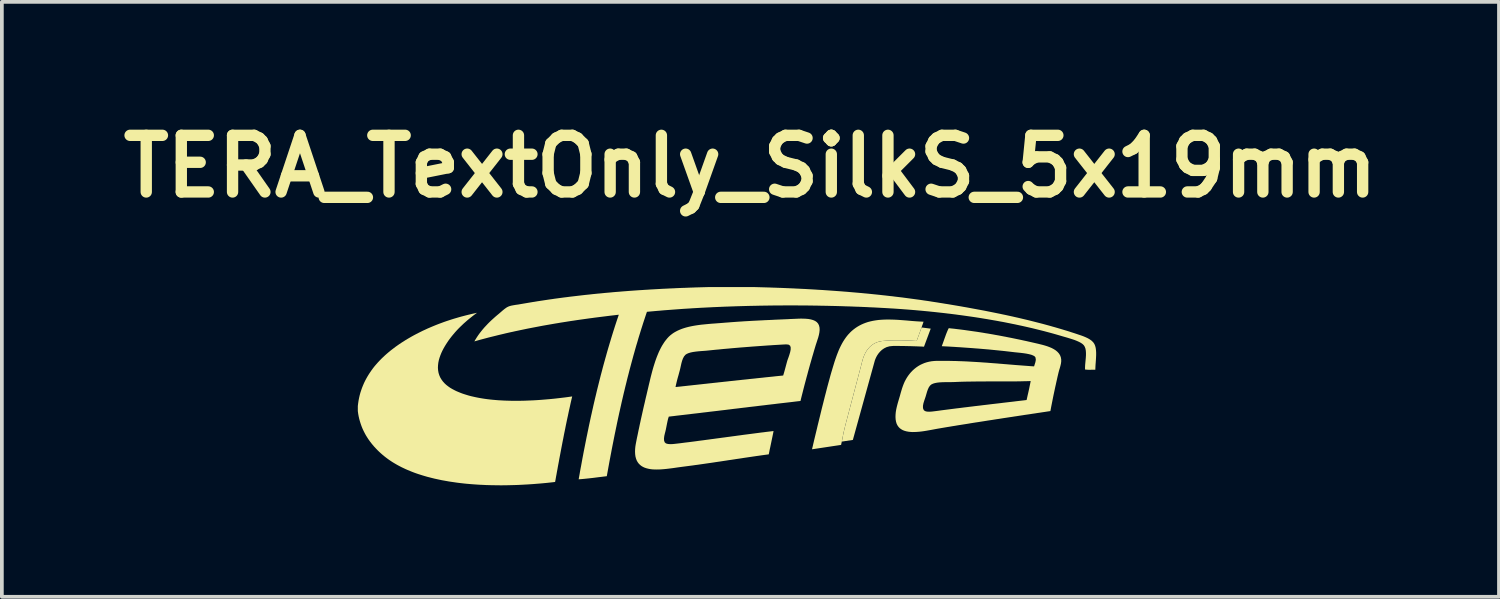
<source format=kicad_pcb>
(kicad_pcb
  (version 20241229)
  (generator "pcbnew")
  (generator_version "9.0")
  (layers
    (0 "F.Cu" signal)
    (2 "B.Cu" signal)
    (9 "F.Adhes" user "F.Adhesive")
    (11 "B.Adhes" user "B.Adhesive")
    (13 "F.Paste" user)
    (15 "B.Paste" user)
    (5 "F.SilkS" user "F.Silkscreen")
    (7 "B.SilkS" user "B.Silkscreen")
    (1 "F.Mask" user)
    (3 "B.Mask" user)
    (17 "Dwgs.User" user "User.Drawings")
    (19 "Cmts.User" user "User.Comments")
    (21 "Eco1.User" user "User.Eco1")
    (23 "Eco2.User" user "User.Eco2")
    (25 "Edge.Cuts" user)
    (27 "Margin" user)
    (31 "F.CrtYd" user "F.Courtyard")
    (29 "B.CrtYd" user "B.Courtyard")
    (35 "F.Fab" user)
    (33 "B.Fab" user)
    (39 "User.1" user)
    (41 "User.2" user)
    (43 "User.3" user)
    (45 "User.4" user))
  (footprint "TERA_TextOnly_SilkS_5x19mm"
    (layer "F.Cu")
    (at 17.141 7.298)
    (property "Reference" "TERA_TextOnly_SilkS_5x19mm" (at 0 -5.872 0) (layer "F.SilkS") (effects (font (size 1.524 1.524) (thickness 0.305))))
    (attr smd)
    (fp_poly (pts (xy 2.506 1.296) (xy 2.556 1.088) (xy 2.981 -0.518) (xy 2.986 -0.541) (xy 3.001 -0.598) (xy 3.022 -0.676) (xy 3.03 -0.7) (xy 3.041 -0.733) (xy 3.056 -0.772) (xy 3.076 -0.817) (xy 3.1 -0.865) (xy 3.131 -0.915) (xy 3.168 -0.964) (xy 3.211 -1.013) (xy 3.262 -1.058) (xy 3.321 -1.098) (xy 3.388 -1.132) (xy 3.463 -1.157) (xy 3.549 -1.173) (xy 3.634 -1.18) (xy 3.722 -1.186) (xy 3.812 -1.189) (xy 3.902 -1.191) (xy 3.991 -1.191) (xy 4.076 -1.19) (xy 4.157 -1.188) (xy 4.232 -1.186) (xy 4.299 -1.183) (xy 4.358 -1.18) (xy 4.406 -1.177) (xy 4.442 -1.175) (xy 4.465 -1.173) (xy 4.473 -1.172) (xy 4.606 -1.537) (xy 4.852 -1.505) (xy 4.671 -1.02) (xy 4.662 -1.02) (xy 4.635 -1.022) (xy 4.593 -1.024) (xy 4.537 -1.026) (xy 4.47 -1.029) (xy 4.393 -1.031) (xy 4.308 -1.034) (xy 4.217 -1.036) (xy 4.122 -1.038) (xy 4.025 -1.039) (xy 3.928 -1.04) (xy 3.832 -1.039) (xy 3.743 -1.03) (xy 3.665 -1.008) (xy 3.598 -0.975) (xy 3.539 -0.934) (xy 3.49 -0.888) (xy 3.448 -0.839) (xy 3.415 -0.791) (xy 3.389 -0.745) (xy 3.37 -0.704) (xy 3.357 -0.672) (xy 3.349 -0.651) (xy 3.347 -0.643) (xy 2.757 1.489) (xy 2.46 1.534) (xy 2.506 1.296) (xy 2.506 1.296)) (stroke (width 0) (type solid)) (fill yes) (layer "F.SilkS"))
    (fp_poly (pts (xy 2.44 1.623) (xy 1.658 1.741) (xy 1.659 1.737) (xy 1.662 1.725) (xy 1.666 1.705) (xy 1.673 1.678) (xy 1.681 1.644) (xy 1.69 1.603) (xy 1.701 1.557) (xy 1.713 1.505) (xy 1.727 1.447) (xy 1.742 1.385) (xy 1.758 1.318) (xy 1.775 1.248) (xy 1.793 1.174) (xy 1.811 1.096) (xy 1.831 1.016) (xy 1.851 0.933) (xy 1.872 0.849) (xy 1.893 0.762) (xy 1.914 0.675) (xy 1.936 0.587) (xy 1.959 0.498) (xy 1.981 0.41) (xy 2.003 0.321) (xy 2.026 0.234) (xy 2.048 0.148) (xy 2.07 0.063) (xy 2.092 -0.019) (xy 2.114 -0.099) (xy 2.135 -0.176) (xy 2.155 -0.25) (xy 2.175 -0.32) (xy 2.195 -0.386) (xy 2.216 -0.457) (xy 2.237 -0.526) (xy 2.258 -0.595) (xy 2.28 -0.663) (xy 2.303 -0.729) (xy 2.326 -0.794) (xy 2.351 -0.858) (xy 2.376 -0.921) (xy 2.403 -0.982) (xy 2.432 -1.041) (xy 2.462 -1.099) (xy 2.494 -1.155) (xy 2.528 -1.209) (xy 2.564 -1.261) (xy 2.602 -1.311) (xy 2.642 -1.358) (xy 2.684 -1.402) (xy 2.728 -1.444) (xy 2.775 -1.483) (xy 2.824 -1.52) (xy 2.875 -1.554) (xy 2.928 -1.585) (xy 2.984 -1.614) (xy 3.042 -1.64) (xy 3.102 -1.663) (xy 3.165 -1.684) (xy 3.231 -1.701) (xy 3.299 -1.716) (xy 3.37 -1.728) (xy 3.444 -1.738) (xy 3.52 -1.744) (xy 3.59 -1.748) (xy 3.66 -1.75) (xy 3.728 -1.75) (xy 3.797 -1.749) (xy 3.864 -1.747) (xy 3.931 -1.744) (xy 3.998 -1.74) (xy 4.064 -1.735) (xy 4.13 -1.73) (xy 4.196 -1.725) (xy 4.262 -1.719) (xy 4.328 -1.713) (xy 4.393 -1.708) (xy 4.459 -1.703) (xy 4.525 -1.699) (xy 4.592 -1.695) (xy 4.658 -1.692) (xy 4.642 -1.64) (xy 4.623 -1.59) (xy 4.606 -1.537) (xy 4.473 -1.172) (xy 4.465 -1.173) (xy 4.442 -1.175) (xy 4.406 -1.177) (xy 4.358 -1.18) (xy 4.299 -1.183) (xy 4.232 -1.186) (xy 4.157 -1.188) (xy 4.076 -1.19) (xy 3.991 -1.191) (xy 3.902 -1.191) (xy 3.812 -1.189) (xy 3.722 -1.186) (xy 3.634 -1.18) (xy 3.549 -1.173) (xy 3.463 -1.157) (xy 3.388 -1.132) (xy 3.321 -1.098) (xy 3.262 -1.058) (xy 3.211 -1.013) (xy 3.168 -0.964) (xy 3.131 -0.915) (xy 3.1 -0.865) (xy 3.076 -0.817) (xy 3.056 -0.772) (xy 3.041 -0.733) (xy 3.03 -0.7) (xy 3.022 -0.676) (xy 3.001 -0.598) (xy 2.986 -0.541) (xy 2.981 -0.518) (xy 2.556 1.088) (xy 2.506 1.296) (xy 2.46 1.534) (xy 2.447 1.589) (xy 2.44 1.623) (xy 2.44 1.623)) (stroke (width 0) (type solid)) (fill yes) (layer "F.SilkS"))
    (fp_poly (pts (xy -4.795 0.319) (xy -4.811 0.385) (xy -4.826 0.451) (xy -4.841 0.517) (xy -4.855 0.583) (xy -4.87 0.65) (xy -4.885 0.716) (xy -4.899 0.783) (xy -4.913 0.85) (xy -4.928 0.917) (xy -4.942 0.984) (xy -4.956 1.052) (xy -4.97 1.119) (xy -4.983 1.186) (xy -4.997 1.254) (xy -5.011 1.321) (xy -5.024 1.389) (xy -5.037 1.457) (xy -5.051 1.525) (xy -5.064 1.593) (xy -5.077 1.661) (xy -5.09 1.729) (xy -5.103 1.797) (xy -5.116 1.866) (xy -5.129 1.934) (xy -5.142 2.002) (xy -5.154 2.071) (xy -5.167 2.139) (xy -5.18 2.208) (xy -5.192 2.277) (xy -5.205 2.345) (xy -5.217 2.414) (xy -5.23 2.483) (xy -5.242 2.552) (xy -5.255 2.62) (xy -5.328 2.629) (xy -5.402 2.637) (xy -5.476 2.645) (xy -5.55 2.652) (xy -5.625 2.659) (xy -5.699 2.665) (xy -5.774 2.671) (xy -5.849 2.677) (xy -5.923 2.682) (xy -5.998 2.687) (xy -6.073 2.691) (xy -6.148 2.695) (xy -6.223 2.699) (xy -6.298 2.702) (xy -6.373 2.704) (xy -6.447 2.706) (xy -6.522 2.708) (xy -6.597 2.709) (xy -6.671 2.71) (xy -6.746 2.71) (xy -6.82 2.709) (xy -6.894 2.708) (xy -6.968 2.707) (xy -7.041 2.705) (xy -7.115 2.703) (xy -7.188 2.699) (xy -7.26 2.696) (xy -7.333 2.692) (xy -7.405 2.687) (xy -7.477 2.682) (xy -7.549 2.676) (xy -7.62 2.67) (xy -7.691 2.663) (xy -7.761 2.655) (xy -7.831 2.647) (xy -7.9 2.638) (xy -7.969 2.628) (xy -8.038 2.618) (xy -8.106 2.608) (xy -8.173 2.596) (xy -8.24 2.584) (xy -8.307 2.572) (xy -8.372 2.558) (xy -8.438 2.544) (xy -8.502 2.53) (xy -8.566 2.514) (xy -8.629 2.498) (xy -8.692 2.482) (xy -8.754 2.464) (xy -8.815 2.446) (xy -8.875 2.427) (xy -8.935 2.408) (xy -8.994 2.388) (xy -9.052 2.367) (xy -9.109 2.345) (xy -9.165 2.322) (xy -9.221 2.299) (xy -9.276 2.275) (xy -9.329 2.25) (xy -9.382 2.225) (xy -9.434 2.198) (xy -9.485 2.171) (xy -9.535 2.143) (xy -9.584 2.114) (xy -9.632 2.085) (xy -9.679 2.054) (xy -9.725 2.023) (xy -9.769 1.991) (xy -9.813 1.958) (xy -9.856 1.924) (xy -9.897 1.89) (xy -9.944 1.849) (xy -9.99 1.807) (xy -10.035 1.763) (xy -10.078 1.718) (xy -10.121 1.672) (xy -10.162 1.624) (xy -10.202 1.575) (xy -10.241 1.524) (xy -10.278 1.472) (xy -10.313 1.418) (xy -10.347 1.363) (xy -10.378 1.306) (xy -10.408 1.247) (xy -10.436 1.187) (xy -10.461 1.125) (xy -10.484 1.061) (xy -10.505 0.995) (xy -10.524 0.928) (xy -10.54 0.858) (xy -10.553 0.787) (xy -10.563 0.713) (xy -10.563 0.577) (xy -10.554 0.502) (xy -10.543 0.429) (xy -10.529 0.357) (xy -10.513 0.287) (xy -10.494 0.218) (xy -10.472 0.151) (xy -10.449 0.085) (xy -10.423 0.021) (xy -10.396 -0.042) (xy -10.366 -0.104) (xy -10.334 -0.164) (xy -10.301 -0.222) (xy -10.266 -0.279) (xy -10.229 -0.335) (xy -10.191 -0.39) (xy -10.152 -0.443) (xy -10.111 -0.495) (xy -10.068 -0.545) (xy -10.025 -0.594) (xy -9.98 -0.642) (xy -9.935 -0.689) (xy -9.888 -0.734) (xy -9.841 -0.778) (xy -9.793 -0.821) (xy -9.744 -0.863) (xy -9.695 -0.904) (xy -9.645 -0.943) (xy -9.595 -0.981) (xy -9.545 -1.019) (xy -9.494 -1.055) (xy -9.444 -1.09) (xy -9.393 -1.124) (xy -9.338 -1.159) (xy -9.283 -1.194) (xy -9.227 -1.228) (xy -9.17 -1.261) (xy -9.113 -1.294) (xy -9.055 -1.326) (xy -8.996 -1.357) (xy -8.936 -1.388) (xy -8.876 -1.418) (xy -8.816 -1.448) (xy -8.754 -1.476) (xy -8.693 -1.505) (xy -8.63 -1.532) (xy -8.567 -1.559) (xy -8.504 -1.585) (xy -8.44 -1.611) (xy -8.375 -1.636) (xy -8.31 -1.66) (xy -8.245 -1.684) (xy -8.179 -1.707) (xy -8.112 -1.729) (xy -8.045 -1.751) (xy -7.978 -1.772) (xy -7.91 -1.792) (xy -7.842 -1.812) (xy -7.774 -1.831) (xy -7.705 -1.849) (xy -7.636 -1.867) (xy -7.566 -1.884) (xy -7.497 -1.901) (xy -7.427 -1.916) (xy -7.356 -1.932) (xy -7.409 -1.893) (xy -7.462 -1.853) (xy -7.514 -1.812) (xy -7.566 -1.77) (xy -7.617 -1.728) (xy -7.667 -1.684) (xy -7.717 -1.64) (xy -7.765 -1.594) (xy -7.813 -1.548) (xy -7.86 -1.501) (xy -7.906 -1.452) (xy -7.951 -1.402) (xy -7.994 -1.351) (xy -8.037 -1.299) (xy -8.078 -1.246) (xy -8.118 -1.192) (xy -8.156 -1.136) (xy -8.193 -1.079) (xy -8.229 -1.02) (xy -8.259 -0.967) (xy -8.288 -0.911) (xy -8.316 -0.851) (xy -8.341 -0.789) (xy -8.364 -0.724) (xy -8.383 -0.658) (xy -8.397 -0.59) (xy -8.405 -0.521) (xy -8.408 -0.452) (xy -8.403 -0.384) (xy -8.391 -0.315) (xy -8.371 -0.251) (xy -8.345 -0.191) (xy -8.312 -0.136) (xy -8.274 -0.084) (xy -8.232 -0.037) (xy -8.185 0.007) (xy -8.134 0.047) (xy -8.08 0.085) (xy -8.023 0.119) (xy -7.964 0.15) (xy -7.914 0.175) (xy -7.862 0.197) (xy -7.808 0.219) (xy -7.754 0.24) (xy -7.697 0.259) (xy -7.639 0.277) (xy -7.58 0.295) (xy -7.52 0.311) (xy -7.459 0.325) (xy -7.396 0.339) (xy -7.332 0.352) (xy -7.267 0.364) (xy -7.201 0.375) (xy -7.135 0.385) (xy -7.067 0.394) (xy -6.999 0.402) (xy -6.929 0.409) (xy -6.86 0.415) (xy -6.789 0.421) (xy -6.718 0.425) (xy -6.646 0.429) (xy -6.574 0.432) (xy -6.502 0.434) (xy -6.429 0.436) (xy -6.356 0.436) (xy -6.283 0.437) (xy -6.209 0.436) (xy -6.136 0.435) (xy -6.062 0.433) (xy -5.989 0.43) (xy -5.915 0.427) (xy -5.842 0.424) (xy -5.768 0.42) (xy -5.695 0.415) (xy -5.623 0.41) (xy -5.55 0.404) (xy -5.479 0.398) (xy -5.407 0.392) (xy -5.336 0.385) (xy -5.266 0.378) (xy -5.196 0.37) (xy -5.127 0.362) (xy -5.059 0.354) (xy -4.992 0.346) (xy -4.925 0.337) (xy -4.86 0.328) (xy -4.795 0.319)) (stroke (width 0) (type solid)) (fill yes) (layer "F.SilkS"))
    (fp_poly (pts (xy 8.363 -0.677) (xy 7.432 0.415) (xy 7.446 0.352) (xy 7.46 0.289) (xy 7.475 0.225) (xy 7.489 0.162) (xy 7.503 0.098) (xy 7.516 0.034) (xy 7.529 -0.03) (xy 7.542 -0.095) (xy 7.476 -0.093) (xy 7.409 -0.091) (xy 7.341 -0.09) (xy 7.273 -0.088) (xy 7.204 -0.087) (xy 7.135 -0.086) (xy 7.065 -0.086) (xy 6.995 -0.085) (xy 6.925 -0.085) (xy 6.854 -0.085) (xy 6.783 -0.085) (xy 6.711 -0.085) (xy 6.64 -0.085) (xy 6.568 -0.085) (xy 6.496 -0.085) (xy 6.424 -0.085) (xy 6.352 -0.085) (xy 6.279 -0.084) (xy 6.207 -0.084) (xy 6.135 -0.084) (xy 6.064 -0.083) (xy 5.992 -0.082) (xy 5.92 -0.081) (xy 5.849 -0.08) (xy 5.778 -0.079) (xy 5.708 -0.077) (xy 5.638 -0.075) (xy 5.568 -0.072) (xy 5.499 -0.069) (xy 5.429 -0.067) (xy 5.358 -0.066) (xy 5.288 -0.066) (xy 5.218 -0.065) (xy 5.151 -0.063) (xy 5.086 -0.059) (xy 5.025 -0.052) (xy 4.968 -0.041) (xy 4.917 -0.026) (xy 4.872 -0.005) (xy 4.834 0.027) (xy 4.802 0.072) (xy 4.776 0.128) (xy 4.754 0.189) (xy 4.735 0.254) (xy 4.716 0.319) (xy 4.698 0.373) (xy 4.676 0.437) (xy 4.655 0.506) (xy 4.643 0.573) (xy 4.644 0.635) (xy 4.665 0.687) (xy 4.699 0.713) (xy 4.749 0.727) (xy 4.808 0.73) (xy 4.872 0.727) (xy 4.933 0.72) (xy 4.988 0.713) (xy 5.059 0.704) (xy 5.129 0.694) (xy 5.2 0.685) (xy 5.27 0.676) (xy 5.34 0.667) (xy 5.411 0.658) (xy 5.481 0.649) (xy 5.551 0.64) (xy 5.621 0.632) (xy 5.691 0.623) (xy 5.761 0.614) (xy 5.831 0.606) (xy 5.901 0.597) (xy 5.971 0.589) (xy 6.041 0.58) (xy 6.111 0.572) (xy 6.18 0.564) (xy 6.25 0.555) (xy 6.32 0.547) (xy 6.389 0.539) (xy 6.459 0.53) (xy 6.529 0.522) (xy 6.598 0.514) (xy 6.668 0.506) (xy 6.737 0.498) (xy 6.807 0.489) (xy 6.876 0.481) (xy 6.946 0.473) (xy 7.015 0.465) (xy 7.085 0.457) (xy 7.154 0.448) (xy 7.224 0.44) (xy 7.293 0.432) (xy 7.363 0.424) (xy 7.432 0.415) (xy 7.432 0.415) (xy 8.363 -0.677) (xy 8.363 -0.619) (xy 8.355 -0.56) (xy 8.341 -0.501) (xy 8.325 -0.443) (xy 8.307 -0.385) (xy 8.292 -0.328) (xy 8.277 -0.265) (xy 8.262 -0.201) (xy 8.248 -0.137) (xy 8.233 -0.072) (xy 8.219 -0.006) (xy 8.204 0.059) (xy 8.19 0.125) (xy 8.176 0.191) (xy 8.162 0.257) (xy 8.148 0.323) (xy 8.135 0.389) (xy 8.122 0.455) (xy 8.109 0.52) (xy 8.096 0.585) (xy 8.084 0.649) (xy 8.072 0.713) (xy 8.002 0.723) (xy 7.932 0.734) (xy 7.863 0.744) (xy 7.793 0.755) (xy 7.723 0.765) (xy 7.654 0.776) (xy 7.584 0.786) (xy 7.515 0.797) (xy 7.446 0.807) (xy 7.376 0.817) (xy 7.307 0.828) (xy 7.238 0.838) (xy 7.169 0.849) (xy 7.1 0.859) (xy 7.031 0.87) (xy 6.961 0.88) (xy 6.892 0.891) (xy 6.823 0.901) (xy 6.754 0.912) (xy 6.685 0.923) (xy 6.616 0.933) (xy 6.547 0.944) (xy 6.478 0.955) (xy 6.409 0.965) (xy 6.34 0.976) (xy 6.271 0.987) (xy 6.201 0.998) (xy 6.132 1.009) (xy 6.063 1.019) (xy 5.993 1.03) (xy 5.924 1.041) (xy 5.855 1.053) (xy 5.785 1.064) (xy 5.715 1.075) (xy 5.646 1.086) (xy 5.576 1.097) (xy 5.506 1.109) (xy 5.436 1.12) (xy 5.366 1.132) (xy 5.296 1.143) (xy 5.226 1.155) (xy 5.155 1.167) (xy 5.085 1.179) (xy 5.032 1.188) (xy 4.977 1.198) (xy 4.919 1.209) (xy 4.859 1.22) (xy 4.798 1.231) (xy 4.736 1.242) (xy 4.673 1.252) (xy 4.61 1.261) (xy 4.548 1.268) (xy 4.485 1.273) (xy 4.424 1.276) (xy 4.364 1.277) (xy 4.306 1.274) (xy 4.251 1.268) (xy 4.198 1.258) (xy 4.148 1.244) (xy 4.101 1.226) (xy 4.059 1.202) (xy 4.02 1.174) (xy 3.987 1.14) (xy 3.958 1.099) (xy 3.935 1.053) (xy 3.919 1) (xy 3.908 0.939) (xy 3.904 0.873) (xy 3.906 0.806) (xy 3.912 0.739) (xy 3.923 0.673) (xy 3.937 0.608) (xy 3.953 0.544) (xy 3.97 0.482) (xy 3.988 0.421) (xy 4.005 0.364) (xy 4.025 0.296) (xy 4.043 0.229) (xy 4.062 0.165) (xy 4.081 0.102) (xy 4.102 0.041) (xy 4.125 -0.019) (xy 4.15 -0.077) (xy 4.18 -0.134) (xy 4.212 -0.189) (xy 4.247 -0.241) (xy 4.285 -0.291) (xy 4.325 -0.338) (xy 4.368 -0.382) (xy 4.414 -0.423) (xy 4.462 -0.461) (xy 4.513 -0.496) (xy 4.567 -0.528) (xy 4.624 -0.555) (xy 4.683 -0.58) (xy 4.745 -0.6) (xy 4.81 -0.616) (xy 4.877 -0.628) (xy 4.947 -0.635) (xy 5.02 -0.639) (xy 5.094 -0.639) (xy 5.168 -0.639) (xy 5.242 -0.639) (xy 5.315 -0.638) (xy 5.387 -0.637) (xy 5.46 -0.635) (xy 5.531 -0.634) (xy 5.603 -0.631) (xy 5.674 -0.629) (xy 5.744 -0.626) (xy 5.815 -0.623) (xy 5.884 -0.619) (xy 5.954 -0.615) (xy 6.023 -0.611) (xy 6.092 -0.607) (xy 6.161 -0.603) (xy 6.23 -0.598) (xy 6.298 -0.593) (xy 6.366 -0.589) (xy 6.434 -0.583) (xy 6.501 -0.578) (xy 6.569 -0.573) (xy 6.636 -0.568) (xy 6.703 -0.562) (xy 6.77 -0.557) (xy 6.837 -0.551) (xy 6.903 -0.546) (xy 6.97 -0.54) (xy 7.036 -0.535) (xy 7.103 -0.529) (xy 7.169 -0.524) (xy 7.235 -0.519) (xy 7.301 -0.514) (xy 7.368 -0.509) (xy 7.434 -0.504) (xy 7.5 -0.499) (xy 7.566 -0.494) (xy 7.633 -0.49) (xy 7.65 -0.544) (xy 7.669 -0.605) (xy 7.68 -0.668) (xy 7.671 -0.729) (xy 7.65 -0.758) (xy 7.61 -0.782) (xy 7.557 -0.803) (xy 7.494 -0.819) (xy 7.424 -0.833) (xy 7.351 -0.844) (xy 7.279 -0.853) (xy 7.211 -0.86) (xy 7.151 -0.866) (xy 7.102 -0.871) (xy 7.035 -0.879) (xy 6.967 -0.887) (xy 6.898 -0.895) (xy 6.829 -0.903) (xy 6.76 -0.91) (xy 6.691 -0.917) (xy 6.621 -0.924) (xy 6.551 -0.931) (xy 6.481 -0.938) (xy 6.411 -0.945) (xy 6.34 -0.951) (xy 6.27 -0.957) (xy 6.199 -0.963) (xy 6.128 -0.969) (xy 6.057 -0.974) (xy 5.987 -0.98) (xy 5.916 -0.985) (xy 5.845 -0.99) (xy 5.775 -0.995) (xy 5.704 -1) (xy 5.634 -1.005) (xy 5.564 -1.009) (xy 5.494 -1.014) (xy 5.424 -1.018) (xy 5.355 -1.022) (xy 5.286 -1.026) (xy 5.218 -1.029) (xy 5.149 -1.033) (xy 5.172 -1.094) (xy 5.195 -1.158) (xy 5.218 -1.224) (xy 5.242 -1.29) (xy 5.265 -1.354) (xy 5.289 -1.414) (xy 5.313 -1.47) (xy 5.337 -1.518) (xy 5.407 -1.51) (xy 5.478 -1.503) (xy 5.548 -1.494) (xy 5.618 -1.486) (xy 5.689 -1.477) (xy 5.759 -1.468) (xy 5.829 -1.458) (xy 5.899 -1.448) (xy 5.97 -1.438) (xy 6.04 -1.428) (xy 6.11 -1.418) (xy 6.18 -1.407) (xy 6.25 -1.396) (xy 6.319 -1.384) (xy 6.389 -1.373) (xy 6.459 -1.361) (xy 6.528 -1.349) (xy 6.597 -1.336) (xy 6.667 -1.324) (xy 6.736 -1.311) (xy 6.804 -1.298) (xy 6.873 -1.285) (xy 6.941 -1.271) (xy 7.01 -1.258) (xy 7.078 -1.244) (xy 7.145 -1.23) (xy 7.213 -1.216) (xy 7.28 -1.202) (xy 7.347 -1.187) (xy 7.414 -1.173) (xy 7.48 -1.158) (xy 7.546 -1.143) (xy 7.612 -1.128) (xy 7.677 -1.113) (xy 7.743 -1.098) (xy 7.802 -1.083) (xy 7.864 -1.068) (xy 7.927 -1.05) (xy 7.99 -1.03) (xy 8.051 -1.007) (xy 8.11 -0.982) (xy 8.166 -0.952) (xy 8.217 -0.919) (xy 8.262 -0.881) (xy 8.3 -0.839) (xy 8.331 -0.791) (xy 8.352 -0.737) (xy 8.363 -0.677)) (stroke (width 0) (type solid)) (fill yes) (layer "F.SilkS"))
    (fp_poly (pts (xy 1.845 -1.595) (xy 0.992 -0.639) (xy 1.006 -0.68) (xy 1.027 -0.737) (xy 1.049 -0.803) (xy 1.07 -0.873) (xy 1.083 -0.94) (xy 1.084 -1) (xy 1.069 -1.046) (xy 1.027 -1.075) (xy 0.961 -1.082) (xy 0.882 -1.078) (xy 0.815 -1.074) (xy 0.748 -1.07) (xy 0.68 -1.066) (xy 0.612 -1.062) (xy 0.543 -1.057) (xy 0.474 -1.053) (xy 0.405 -1.048) (xy 0.335 -1.043) (xy 0.265 -1.038) (xy 0.195 -1.033) (xy 0.125 -1.028) (xy 0.055 -1.023) (xy -0.016 -1.017) (xy -0.086 -1.012) (xy -0.157 -1.006) (xy -0.228 -1.001) (xy -0.299 -0.995) (xy -0.369 -0.989) (xy -0.44 -0.983) (xy -0.51 -0.977) (xy -0.581 -0.97) (xy -0.651 -0.964) (xy -0.721 -0.958) (xy -0.791 -0.951) (xy -0.86 -0.944) (xy -0.93 -0.938) (xy -0.999 -0.931) (xy -1.067 -0.924) (xy -1.136 -0.917) (xy -1.196 -0.911) (xy -1.262 -0.906) (xy -1.332 -0.901) (xy -1.403 -0.895) (xy -1.474 -0.887) (xy -1.543 -0.877) (xy -1.606 -0.864) (xy -1.663 -0.847) (xy -1.712 -0.826) (xy -1.75 -0.8) (xy -1.786 -0.757) (xy -1.815 -0.702) (xy -1.838 -0.64) (xy -1.856 -0.575) (xy -1.871 -0.508) (xy -1.885 -0.444) (xy -1.899 -0.386) (xy -1.917 -0.32) (xy -1.934 -0.256) (xy -1.952 -0.194) (xy -1.969 -0.131) (xy -1.985 -0.067) (xy -2 -0.002) (xy -2.015 0.066) (xy -1.946 0.059) (xy -1.877 0.052) (xy -1.808 0.044) (xy -1.739 0.037) (xy -1.671 0.029) (xy -1.602 0.022) (xy -1.533 0.014) (xy -1.464 0.007) (xy -1.395 -0.001) (xy -1.326 -0.008) (xy -1.257 -0.016) (xy -1.188 -0.023) (xy -1.12 -0.031) (xy -1.051 -0.038) (xy -0.982 -0.046) (xy -0.913 -0.053) (xy -0.844 -0.061) (xy -0.775 -0.068) (xy -0.706 -0.076) (xy -0.637 -0.083) (xy -0.568 -0.091) (xy -0.499 -0.098) (xy -0.43 -0.105) (xy -0.361 -0.113) (xy -0.292 -0.12) (xy -0.223 -0.128) (xy -0.154 -0.135) (xy -0.085 -0.142) (xy -0.016 -0.15) (xy 0.053 -0.157) (xy 0.122 -0.164) (xy 0.191 -0.172) (xy 0.26 -0.179) (xy 0.329 -0.186) (xy 0.398 -0.194) (xy 0.467 -0.201) (xy 0.536 -0.208) (xy 0.605 -0.215) (xy 0.674 -0.223) (xy 0.744 -0.23) (xy 0.813 -0.237) (xy 0.882 -0.244) (xy 0.902 -0.31) (xy 0.92 -0.373) (xy 0.937 -0.436) (xy 0.954 -0.499) (xy 0.972 -0.566) (xy 0.992 -0.639) (xy 1.845 -1.595) (xy 1.86 -1.534) (xy 1.863 -1.469) (xy 1.856 -1.401) (xy 1.842 -1.332) (xy 1.824 -1.264) (xy 1.802 -1.197) (xy 1.781 -1.132) (xy 1.761 -1.072) (xy 1.742 -1.009) (xy 1.723 -0.946) (xy 1.704 -0.881) (xy 1.685 -0.815) (xy 1.665 -0.749) (xy 1.646 -0.682) (xy 1.627 -0.614) (xy 1.607 -0.546) (xy 1.588 -0.477) (xy 1.569 -0.409) (xy 1.55 -0.34) (xy 1.532 -0.271) (xy 1.513 -0.203) (xy 1.495 -0.135) (xy 1.477 -0.067) (xy 1.459 -0.000072) (xy 1.442 0.066) (xy 1.425 0.132) (xy 1.409 0.196) (xy 1.393 0.259) (xy 1.377 0.321) (xy 1.362 0.382) (xy 1.348 0.441) (xy 1.278 0.449) (xy 1.208 0.457) (xy 1.138 0.466) (xy 1.069 0.474) (xy 0.999 0.482) (xy 0.93 0.49) (xy 0.86 0.498) (xy 0.791 0.506) (xy 0.721 0.514) (xy 0.652 0.523) (xy 0.582 0.531) (xy 0.513 0.539) (xy 0.443 0.547) (xy 0.374 0.556) (xy 0.304 0.564) (xy 0.235 0.572) (xy 0.165 0.581) (xy 0.096 0.589) (xy 0.026 0.597) (xy -0.043 0.605) (xy -0.112 0.614) (xy -0.182 0.622) (xy -0.251 0.63) (xy -0.32 0.639) (xy -0.39 0.647) (xy -0.459 0.655) (xy -0.529 0.664) (xy -0.598 0.672) (xy -0.667 0.681) (xy -0.737 0.689) (xy -0.806 0.697) (xy -0.876 0.706) (xy -0.945 0.714) (xy -1.014 0.722) (xy -1.084 0.73) (xy -1.153 0.739) (xy -1.223 0.747) (xy -1.292 0.755) (xy -1.361 0.764) (xy -1.431 0.772) (xy -1.5 0.78) (xy -1.57 0.788) (xy -1.639 0.797) (xy -1.709 0.805) (xy -1.778 0.813) (xy -1.848 0.821) (xy -1.918 0.829) (xy -1.987 0.837) (xy -2.057 0.846) (xy -2.126 0.854) (xy -2.196 0.862) (xy -2.216 0.924) (xy -2.231 0.989) (xy -2.245 1.057) (xy -2.259 1.128) (xy -2.274 1.204) (xy -2.286 1.256) (xy -2.302 1.317) (xy -2.317 1.382) (xy -2.325 1.446) (xy -2.323 1.504) (xy -2.306 1.553) (xy -2.272 1.583) (xy -2.219 1.598) (xy -2.154 1.603) (xy -2.085 1.6) (xy -2.017 1.593) (xy -1.957 1.586) (xy -1.888 1.578) (xy -1.819 1.569) (xy -1.75 1.56) (xy -1.68 1.552) (xy -1.61 1.543) (xy -1.54 1.534) (xy -1.47 1.525) (xy -1.4 1.515) (xy -1.33 1.506) (xy -1.259 1.497) (xy -1.188 1.487) (xy -1.118 1.478) (xy -1.047 1.468) (xy -0.976 1.459) (xy -0.905 1.449) (xy -0.835 1.44) (xy -0.764 1.43) (xy -0.693 1.421) (xy -0.622 1.411) (xy -0.551 1.402) (xy -0.481 1.392) (xy -0.41 1.383) (xy -0.34 1.373) (xy -0.27 1.364) (xy -0.2 1.354) (xy -0.13 1.345) (xy -0.06 1.336) (xy 0.01 1.327) (xy 0.079 1.318) (xy 0.148 1.309) (xy 0.217 1.3) (xy 0.285 1.291) (xy 0.354 1.283) (xy 0.421 1.274) (xy 0.489 1.266) (xy 0.556 1.258) (xy 0.623 1.25) (xy 0.611 1.313) (xy 0.598 1.376) (xy 0.585 1.439) (xy 0.572 1.501) (xy 0.559 1.564) (xy 0.546 1.626) (xy 0.533 1.689) (xy 0.519 1.751) (xy 0.507 1.814) (xy 0.494 1.877) (xy 0.428 1.886) (xy 0.361 1.895) (xy 0.295 1.904) (xy 0.228 1.914) (xy 0.161 1.923) (xy 0.094 1.933) (xy 0.026 1.943) (xy -0.042 1.953) (xy -0.11 1.963) (xy -0.178 1.973) (xy -0.246 1.984) (xy -0.315 1.994) (xy -0.384 2.004) (xy -0.453 2.015) (xy -0.521 2.025) (xy -0.591 2.035) (xy -0.66 2.046) (xy -0.729 2.056) (xy -0.798 2.067) (xy -0.868 2.077) (xy -0.937 2.087) (xy -1.007 2.098) (xy -1.076 2.108) (xy -1.146 2.118) (xy -1.216 2.128) (xy -1.285 2.138) (xy -1.355 2.148) (xy -1.424 2.158) (xy -1.494 2.167) (xy -1.563 2.177) (xy -1.633 2.186) (xy -1.702 2.195) (xy -1.771 2.204) (xy -1.84 2.213) (xy -1.899 2.221) (xy -1.959 2.229) (xy -2.02 2.238) (xy -2.082 2.247) (xy -2.145 2.255) (xy -2.209 2.263) (xy -2.272 2.27) (xy -2.336 2.276) (xy -2.398 2.281) (xy -2.46 2.284) (xy -2.521 2.285) (xy -2.581 2.284) (xy -2.639 2.281) (xy -2.695 2.274) (xy -2.748 2.264) (xy -2.799 2.251) (xy -2.847 2.235) (xy -2.892 2.214) (xy -2.934 2.189) (xy -2.971 2.159) (xy -3.005 2.125) (xy -3.034 2.086) (xy -3.059 2.041) (xy -3.078 1.99) (xy -3.093 1.933) (xy -3.101 1.87) (xy -3.104 1.804) (xy -3.102 1.738) (xy -3.096 1.673) (xy -3.086 1.609) (xy -3.074 1.546) (xy -3.062 1.484) (xy -3.05 1.424) (xy -3.035 1.355) (xy -3.021 1.286) (xy -3.007 1.218) (xy -2.992 1.15) (xy -2.978 1.082) (xy -2.963 1.015) (xy -2.949 0.948) (xy -2.934 0.881) (xy -2.919 0.814) (xy -2.904 0.747) (xy -2.889 0.68) (xy -2.874 0.613) (xy -2.858 0.545) (xy -2.842 0.478) (xy -2.827 0.41) (xy -2.811 0.341) (xy -2.794 0.272) (xy -2.778 0.202) (xy -2.762 0.134) (xy -2.746 0.066) (xy -2.73 -0.003) (xy -2.713 -0.072) (xy -2.697 -0.141) (xy -2.68 -0.211) (xy -2.662 -0.28) (xy -2.644 -0.349) (xy -2.625 -0.418) (xy -2.605 -0.486) (xy -2.584 -0.553) (xy -2.563 -0.619) (xy -2.54 -0.685) (xy -2.516 -0.749) (xy -2.491 -0.811) (xy -2.465 -0.873) (xy -2.437 -0.932) (xy -2.408 -0.99) (xy -2.377 -1.046) (xy -2.344 -1.099) (xy -2.31 -1.151) (xy -2.273 -1.2) (xy -2.235 -1.246) (xy -2.195 -1.289) (xy -2.152 -1.328) (xy -2.106 -1.364) (xy -2.058 -1.397) (xy -2.007 -1.426) (xy -1.953 -1.454) (xy -1.898 -1.478) (xy -1.84 -1.501) (xy -1.78 -1.521) (xy -1.719 -1.539) (xy -1.656 -1.555) (xy -1.591 -1.569) (xy -1.524 -1.582) (xy -1.457 -1.593) (xy -1.388 -1.603) (xy -1.318 -1.612) (xy -1.247 -1.619) (xy -1.176 -1.626) (xy -1.103 -1.633) (xy -1.031 -1.639) (xy -0.957 -1.644) (xy -0.884 -1.65) (xy -0.81 -1.655) (xy -0.737 -1.661) (xy -0.664 -1.667) (xy -0.594 -1.672) (xy -0.524 -1.678) (xy -0.455 -1.683) (xy -0.386 -1.688) (xy -0.317 -1.693) (xy -0.248 -1.697) (xy -0.179 -1.702) (xy -0.11 -1.706) (xy -0.041 -1.71) (xy 0.028 -1.714) (xy 0.097 -1.718) (xy 0.166 -1.721) (xy 0.235 -1.725) (xy 0.304 -1.728) (xy 0.373 -1.732) (xy 0.442 -1.735) (xy 0.511 -1.738) (xy 0.581 -1.741) (xy 0.651 -1.745) (xy 0.721 -1.748) (xy 0.791 -1.751) (xy 0.861 -1.754) (xy 0.932 -1.757) (xy 1.003 -1.76) (xy 1.074 -1.764) (xy 1.146 -1.767) (xy 1.218 -1.77) (xy 1.285 -1.773) (xy 1.355 -1.775) (xy 1.425 -1.774) (xy 1.495 -1.771) (xy 1.563 -1.765) (xy 1.627 -1.753) (xy 1.687 -1.736) (xy 1.74 -1.713) (xy 1.785 -1.682) (xy 1.82 -1.643) (xy 1.845 -1.595)) (stroke (width 0) (type solid)) (fill yes) (layer "F.SilkS"))
    (fp_poly (pts (xy 9.256 -1.091) (xy 9.277 -1.041) (xy 9.291 -0.986) (xy 9.299 -0.925) (xy 9.303 -0.861) (xy 9.303 -0.794) (xy 9.3 -0.725) (xy 9.296 -0.656) (xy 9.291 -0.588) (xy 9.286 -0.522) (xy 9.283 -0.458) (xy 9.281 -0.399) (xy 9.211 -0.4) (xy 9.138 -0.398) (xy 9.068 -0.399) (xy 9.004 -0.406) (xy 9.004 -0.464) (xy 9.007 -0.527) (xy 9.013 -0.592) (xy 9.019 -0.658) (xy 9.025 -0.725) (xy 9.029 -0.79) (xy 9.029 -0.853) (xy 9.025 -0.913) (xy 9.015 -0.968) (xy 8.997 -1.017) (xy 8.971 -1.059) (xy 8.938 -1.091) (xy 8.895 -1.121) (xy 8.843 -1.149) (xy 8.785 -1.175) (xy 8.722 -1.2) (xy 8.656 -1.222) (xy 8.589 -1.243) (xy 8.524 -1.263) (xy 8.461 -1.281) (xy 8.402 -1.298) (xy 8.341 -1.316) (xy 8.279 -1.334) (xy 8.217 -1.352) (xy 8.154 -1.37) (xy 8.092 -1.387) (xy 8.029 -1.404) (xy 7.965 -1.421) (xy 7.902 -1.438) (xy 7.838 -1.454) (xy 7.774 -1.47) (xy 7.709 -1.486) (xy 7.645 -1.502) (xy 7.58 -1.518) (xy 7.514 -1.533) (xy 7.449 -1.548) (xy 7.383 -1.563) (xy 7.317 -1.578) (xy 7.251 -1.592) (xy 7.184 -1.606) (xy 7.117 -1.621) (xy 7.05 -1.634) (xy 6.983 -1.648) (xy 6.916 -1.661) (xy 6.848 -1.675) (xy 6.78 -1.688) (xy 6.712 -1.7) (xy 6.644 -1.713) (xy 6.575 -1.725) (xy 6.506 -1.737) (xy 6.437 -1.749) (xy 6.368 -1.761) (xy 6.299 -1.772) (xy 6.229 -1.784) (xy 6.16 -1.795) (xy 6.09 -1.806) (xy 6.019 -1.817) (xy 5.949 -1.827) (xy 5.879 -1.837) (xy 5.808 -1.847) (xy 5.737 -1.857) (xy 5.666 -1.867) (xy 5.595 -1.876) (xy 5.524 -1.886) (xy 5.452 -1.895) (xy 5.381 -1.904) (xy 5.309 -1.912) (xy 5.237 -1.921) (xy 5.165 -1.929) (xy 5.093 -1.937) (xy 5.021 -1.945) (xy 4.949 -1.953) (xy 4.876 -1.96) (xy 4.804 -1.968) (xy 4.731 -1.975) (xy 4.658 -1.982) (xy 4.585 -1.989) (xy 4.512 -1.995) (xy 4.439 -2.002) (xy 4.366 -2.008) (xy 4.292 -2.014) (xy 4.219 -2.02) (xy 4.146 -2.025) (xy 4.072 -2.031) (xy 3.998 -2.036) (xy 3.925 -2.041) (xy 3.851 -2.046) (xy 3.777 -2.05) (xy 3.703 -2.055) (xy 3.629 -2.059) (xy 3.555 -2.063) (xy 3.481 -2.067) (xy 3.411 -2.071) (xy 3.34 -2.075) (xy 3.269 -2.078) (xy 3.198 -2.081) (xy 3.127 -2.085) (xy 3.056 -2.088) (xy 2.984 -2.091) (xy 2.913 -2.094) (xy 2.841 -2.096) (xy 2.77 -2.099) (xy 2.698 -2.102) (xy 2.627 -2.104) (xy 2.555 -2.106) (xy 2.483 -2.109) (xy 2.411 -2.111) (xy 2.339 -2.113) (xy 2.267 -2.115) (xy 2.195 -2.116) (xy 2.123 -2.118) (xy 2.051 -2.12) (xy 1.979 -2.121) (xy 1.907 -2.122) (xy 1.835 -2.124) (xy 1.763 -2.125) (xy 1.691 -2.126) (xy 1.618 -2.127) (xy 1.546 -2.128) (xy 1.474 -2.128) (xy 1.402 -2.129) (xy 1.33 -2.129) (xy 1.257 -2.13) (xy 1.185 -2.13) (xy 1.113 -2.13) (xy 1.041 -2.13) (xy 0.969 -2.13) (xy 0.897 -2.13) (xy 0.825 -2.129) (xy 0.753 -2.129) (xy 0.681 -2.128) (xy 0.609 -2.128) (xy 0.537 -2.127) (xy 0.465 -2.126) (xy 0.393 -2.125) (xy 0.321 -2.124) (xy 0.25 -2.123) (xy 0.178 -2.121) (xy 0.107 -2.12) (xy 0.035 -2.118) (xy -0.036 -2.117) (xy -0.108 -2.115) (xy -0.179 -2.113) (xy -0.25 -2.111) (xy -0.321 -2.109) (xy -0.392 -2.107) (xy -0.463 -2.104) (xy -0.534 -2.102) (xy -0.604 -2.099) (xy -0.675 -2.097) (xy -0.745 -2.094) (xy -0.815 -2.091) (xy -0.886 -2.088) (xy -0.956 -2.085) (xy -1.026 -2.082) (xy -1.095 -2.078) (xy -1.165 -2.075) (xy -1.234 -2.071) (xy -1.304 -2.068) (xy -1.373 -2.064) (xy -1.442 -2.06) (xy -1.511 -2.056) (xy -1.58 -2.052) (xy -1.648 -2.047) (xy -1.717 -2.043) (xy -1.785 -2.039) (xy -1.853 -2.034) (xy -1.921 -2.029) (xy -1.988 -2.024) (xy -2.056 -2.019) (xy -2.123 -2.014) (xy -2.19 -2.009) (xy -2.257 -2.004) (xy -2.324 -1.999) (xy -2.39 -1.993) (xy -2.456 -1.987) (xy -2.522 -1.982) (xy -2.588 -1.976) (xy -2.654 -1.97) (xy -2.719 -1.964) (xy -2.784 -1.958) (xy -2.806 -1.894) (xy -2.827 -1.831) (xy -2.848 -1.767) (xy -2.869 -1.704) (xy -2.89 -1.64) (xy -2.91 -1.576) (xy -2.931 -1.511) (xy -2.951 -1.447) (xy -2.971 -1.382) (xy -2.991 -1.318) (xy -3.011 -1.253) (xy -3.03 -1.187) (xy -3.049 -1.122) (xy -3.069 -1.057) (xy -3.088 -0.991) (xy -3.107 -0.925) (xy -3.125 -0.859) (xy -3.144 -0.793) (xy -3.162 -0.727) (xy -3.18 -0.66) (xy -3.198 -0.594) (xy -3.216 -0.527) (xy -3.234 -0.46) (xy -3.252 -0.393) (xy -3.269 -0.326) (xy -3.286 -0.259) (xy -3.304 -0.191) (xy -3.321 -0.123) (xy -3.337 -0.056) (xy -3.354 0.012) (xy -3.371 0.08) (xy -3.387 0.149) (xy -3.404 0.217) (xy -3.42 0.285) (xy -3.436 0.354) (xy -3.452 0.423) (xy -3.468 0.492) (xy -3.483 0.561) (xy -3.499 0.63) (xy -3.514 0.699) (xy -3.53 0.768) (xy -3.545 0.838) (xy -3.56 0.907) (xy -3.575 0.977) (xy -3.59 1.047) (xy -3.604 1.117) (xy -3.619 1.187) (xy -3.633 1.257) (xy -3.648 1.327) (xy -3.662 1.398) (xy -3.676 1.468) (xy -3.69 1.539) (xy -3.704 1.609) (xy -3.718 1.68) (xy -3.732 1.751) (xy -3.745 1.822) (xy -3.759 1.893) (xy -3.772 1.964) (xy -3.786 2.036) (xy -3.799 2.107) (xy -3.812 2.178) (xy -3.825 2.25) (xy -3.838 2.322) (xy -3.851 2.393) (xy -3.864 2.465) (xy -3.932 2.473) (xy -4.001 2.482) (xy -4.071 2.49) (xy -4.141 2.499) (xy -4.211 2.508) (xy -4.281 2.516) (xy -4.351 2.524) (xy -4.42 2.531) (xy -4.488 2.538) (xy -4.555 2.544) (xy -4.621 2.549) (xy -4.608 2.477) (xy -4.595 2.405) (xy -4.583 2.333) (xy -4.57 2.262) (xy -4.556 2.19) (xy -4.543 2.118) (xy -4.53 2.047) (xy -4.517 1.975) (xy -4.503 1.904) (xy -4.49 1.833) (xy -4.476 1.762) (xy -4.462 1.691) (xy -4.448 1.62) (xy -4.434 1.549) (xy -4.42 1.479) (xy -4.406 1.408) (xy -4.391 1.338) (xy -4.377 1.268) (xy -4.362 1.197) (xy -4.348 1.127) (xy -4.333 1.057) (xy -4.318 0.988) (xy -4.303 0.918) (xy -4.288 0.848) (xy -4.272 0.779) (xy -4.257 0.71) (xy -4.241 0.64) (xy -4.226 0.571) (xy -4.21 0.502) (xy -4.194 0.434) (xy -4.178 0.365) (xy -4.161 0.296) (xy -4.145 0.228) (xy -4.129 0.16) (xy -4.112 0.092) (xy -4.095 0.024) (xy -4.078 -0.044) (xy -4.061 -0.112) (xy -4.044 -0.179) (xy -4.027 -0.247) (xy -4.009 -0.314) (xy -3.991 -0.381) (xy -3.974 -0.448) (xy -3.956 -0.515) (xy -3.938 -0.581) (xy -3.919 -0.648) (xy -3.901 -0.714) (xy -3.882 -0.78) (xy -3.864 -0.846) (xy -3.845 -0.912) (xy -3.826 -0.978) (xy -3.806 -1.044) (xy -3.787 -1.109) (xy -3.767 -1.174) (xy -3.748 -1.239) (xy -3.728 -1.304) (xy -3.708 -1.369) (xy -3.688 -1.433) (xy -3.667 -1.498) (xy -3.647 -1.562) (xy -3.626 -1.626) (xy -3.605 -1.69) (xy -3.584 -1.753) (xy -3.562 -1.817) (xy -3.541 -1.88) (xy -3.613 -1.872) (xy -3.686 -1.863) (xy -3.758 -1.855) (xy -3.83 -1.846) (xy -3.902 -1.837) (xy -3.974 -1.828) (xy -4.046 -1.819) (xy -4.117 -1.81) (xy -4.189 -1.801) (xy -4.26 -1.791) (xy -4.331 -1.782) (xy -4.402 -1.772) (xy -4.473 -1.762) (xy -4.544 -1.752) (xy -4.615 -1.742) (xy -4.685 -1.732) (xy -4.755 -1.721) (xy -4.826 -1.711) (xy -4.896 -1.7) (xy -4.965 -1.689) (xy -5.035 -1.678) (xy -5.105 -1.667) (xy -5.174 -1.655) (xy -5.243 -1.644) (xy -5.312 -1.632) (xy -5.381 -1.62) (xy -5.45 -1.608) (xy -5.519 -1.596) (xy -5.587 -1.584) (xy -5.655 -1.571) (xy -5.723 -1.558) (xy -5.791 -1.545) (xy -5.859 -1.532) (xy -5.926 -1.519) (xy -5.994 -1.506) (xy -6.061 -1.492) (xy -6.128 -1.478) (xy -6.195 -1.464) (xy -6.261 -1.45) (xy -6.328 -1.436) (xy -6.394 -1.421) (xy -6.46 -1.407) (xy -6.526 -1.392) (xy -6.592 -1.377) (xy -6.657 -1.361) (xy -6.722 -1.346) (xy -6.788 -1.33) (xy -6.852 -1.314) (xy -6.917 -1.298) (xy -6.982 -1.282) (xy -7.046 -1.266) (xy -7.11 -1.249) (xy -7.174 -1.232) (xy -7.238 -1.215) (xy -7.301 -1.198) (xy -7.364 -1.18) (xy -7.427 -1.162) (xy -7.394 -1.219) (xy -7.359 -1.275) (xy -7.322 -1.33) (xy -7.283 -1.384) (xy -7.242 -1.436) (xy -7.2 -1.488) (xy -7.156 -1.539) (xy -7.11 -1.588) (xy -7.064 -1.637) (xy -7.016 -1.685) (xy -6.968 -1.731) (xy -6.918 -1.776) (xy -6.868 -1.821) (xy -6.818 -1.864) (xy -6.767 -1.906) (xy -6.716 -1.95) (xy -6.662 -1.997) (xy -6.607 -2.041) (xy -6.551 -2.08) (xy -6.496 -2.106) (xy -6.442 -2.122) (xy -6.381 -2.134) (xy -6.316 -2.145) (xy -6.25 -2.154) (xy -6.186 -2.165) (xy -6.121 -2.176) (xy -6.057 -2.187) (xy -5.992 -2.198) (xy -5.927 -2.209) (xy -5.862 -2.22) (xy -5.797 -2.23) (xy -5.732 -2.241) (xy -5.666 -2.251) (xy -5.6 -2.261) (xy -5.534 -2.271) (xy -5.468 -2.281) (xy -5.402 -2.291) (xy -5.335 -2.3) (xy -5.269 -2.31) (xy -5.202 -2.319) (xy -5.135 -2.328) (xy -5.067 -2.337) (xy -5 -2.346) (xy -4.932 -2.354) (xy -4.865 -2.363) (xy -4.797 -2.371) (xy -4.729 -2.379) (xy -4.661 -2.387) (xy -4.592 -2.395) (xy -4.524 -2.403) (xy -4.455 -2.411) (xy -4.387 -2.418) (xy -4.318 -2.425) (xy -4.249 -2.433) (xy -4.18 -2.44) (xy -4.11 -2.447) (xy -4.041 -2.453) (xy -3.971 -2.46) (xy -3.902 -2.467) (xy -3.832 -2.473) (xy -3.762 -2.479) (xy -3.692 -2.486) (xy -3.622 -2.492) (xy -3.552 -2.497) (xy -3.481 -2.503) (xy -3.411 -2.509) (xy -3.34 -2.514) (xy -3.269 -2.52) (xy -3.199 -2.525) (xy -3.128 -2.53) (xy -3.057 -2.535) (xy -2.986 -2.54) (xy -2.915 -2.544) (xy -2.844 -2.549) (xy -2.772 -2.553) (xy -2.701 -2.558) (xy -2.629 -2.562) (xy -2.558 -2.566) (xy -2.486 -2.57) (xy -2.415 -2.574) (xy -2.343 -2.578) (xy -2.271 -2.581) (xy -2.199 -2.585) (xy -2.127 -2.588) (xy -2.055 -2.591) (xy -1.983 -2.595) (xy -1.911 -2.598) (xy -1.839 -2.601) (xy -1.767 -2.603) (xy -1.695 -2.606) (xy -1.623 -2.609) (xy -1.55 -2.611) (xy -1.478 -2.614) (xy -1.406 -2.616) (xy -1.333 -2.618) (xy -1.261 -2.62) (xy -1.188 -2.622) (xy -1.116 -2.624) (xy 0.093 -2.624) (xy 0.165 -2.622) (xy 0.238 -2.62) (xy 0.31 -2.618) (xy 0.382 -2.616) (xy 0.454 -2.614) (xy 0.526 -2.612) (xy 0.598 -2.609) (xy 0.67 -2.607) (xy 0.742 -2.604) (xy 0.813 -2.602) (xy 0.885 -2.599) (xy 0.957 -2.596) (xy 1.028 -2.593) (xy 1.099 -2.59) (xy 1.171 -2.587) (xy 1.242 -2.583) (xy 1.313 -2.58) (xy 1.385 -2.576) (xy 1.456 -2.573) (xy 1.527 -2.569) (xy 1.597 -2.565) (xy 1.668 -2.561) (xy 1.739 -2.557) (xy 1.81 -2.552) (xy 1.88 -2.548) (xy 1.951 -2.544) (xy 2.021 -2.539) (xy 2.092 -2.534) (xy 2.162 -2.529) (xy 2.232 -2.524) (xy 2.302 -2.519) (xy 2.372 -2.514) (xy 2.442 -2.509) (xy 2.512 -2.503) (xy 2.581 -2.498) (xy 2.651 -2.492) (xy 2.721 -2.486) (xy 2.79 -2.48) (xy 2.86 -2.474) (xy 2.929 -2.468) (xy 2.998 -2.462) (xy 3.067 -2.455) (xy 3.136 -2.449) (xy 3.205 -2.442) (xy 3.274 -2.435) (xy 3.342 -2.428) (xy 3.411 -2.421) (xy 3.48 -2.414) (xy 3.548 -2.406) (xy 3.616 -2.399) (xy 3.685 -2.391) (xy 3.753 -2.383) (xy 3.821 -2.376) (xy 3.889 -2.367) (xy 3.956 -2.359) (xy 4.024 -2.351) (xy 4.092 -2.343) (xy 4.159 -2.334) (xy 4.227 -2.325) (xy 4.294 -2.316) (xy 4.361 -2.307) (xy 4.428 -2.298) (xy 4.495 -2.289) (xy 4.562 -2.28) (xy 4.629 -2.27) (xy 4.695 -2.26) (xy 4.762 -2.251) (xy 4.828 -2.241) (xy 4.894 -2.23) (xy 4.961 -2.22) (xy 5.027 -2.21) (xy 5.098 -2.198) (xy 5.169 -2.187) (xy 5.24 -2.175) (xy 5.312 -2.164) (xy 5.383 -2.152) (xy 5.454 -2.14) (xy 5.525 -2.128) (xy 5.596 -2.116) (xy 5.666 -2.104) (xy 5.737 -2.091) (xy 5.808 -2.079) (xy 5.878 -2.066) (xy 5.949 -2.053) (xy 6.019 -2.04) (xy 6.089 -2.027) (xy 6.16 -2.014) (xy 6.23 -2.001) (xy 6.3 -1.988) (xy 6.369 -1.974) (xy 6.439 -1.96) (xy 6.509 -1.946) (xy 6.578 -1.932) (xy 6.647 -1.918) (xy 6.717 -1.904) (xy 6.786 -1.889) (xy 6.854 -1.875) (xy 6.923 -1.86) (xy 6.992 -1.845) (xy 7.06 -1.83) (xy 7.129 -1.814) (xy 7.197 -1.799) (xy 7.265 -1.783) (xy 7.332 -1.767) (xy 7.4 -1.751) (xy 7.467 -1.735) (xy 7.535 -1.718) (xy 7.602 -1.701) (xy 7.669 -1.684) (xy 7.735 -1.667) (xy 7.802 -1.65) (xy 7.868 -1.633) (xy 7.934 -1.615) (xy 8 -1.597) (xy 8.066 -1.579) (xy 8.131 -1.56) (xy 8.196 -1.542) (xy 8.261 -1.523) (xy 8.326 -1.504) (xy 8.39 -1.485) (xy 8.455 -1.465) (xy 8.519 -1.446) (xy 8.583 -1.426) (xy 8.646 -1.405) (xy 8.709 -1.385) (xy 8.773 -1.364) (xy 8.835 -1.343) (xy 8.898 -1.322) (xy 8.961 -1.299) (xy 9.023 -1.273) (xy 9.082 -1.245) (xy 9.136 -1.213) (xy 9.184 -1.178) (xy 9.225 -1.137) (xy 9.256 -1.091) (xy 9.256 -1.091)) (stroke (width 0) (type solid)) (fill yes) (layer "F.SilkS")))
  (gr_rect
    (start -3 -3)
    (end 37.283 13.008)
    (stroke (width 0.1) (type default))
    (fill no)
    (layer "Edge.Cuts")))
</source>
